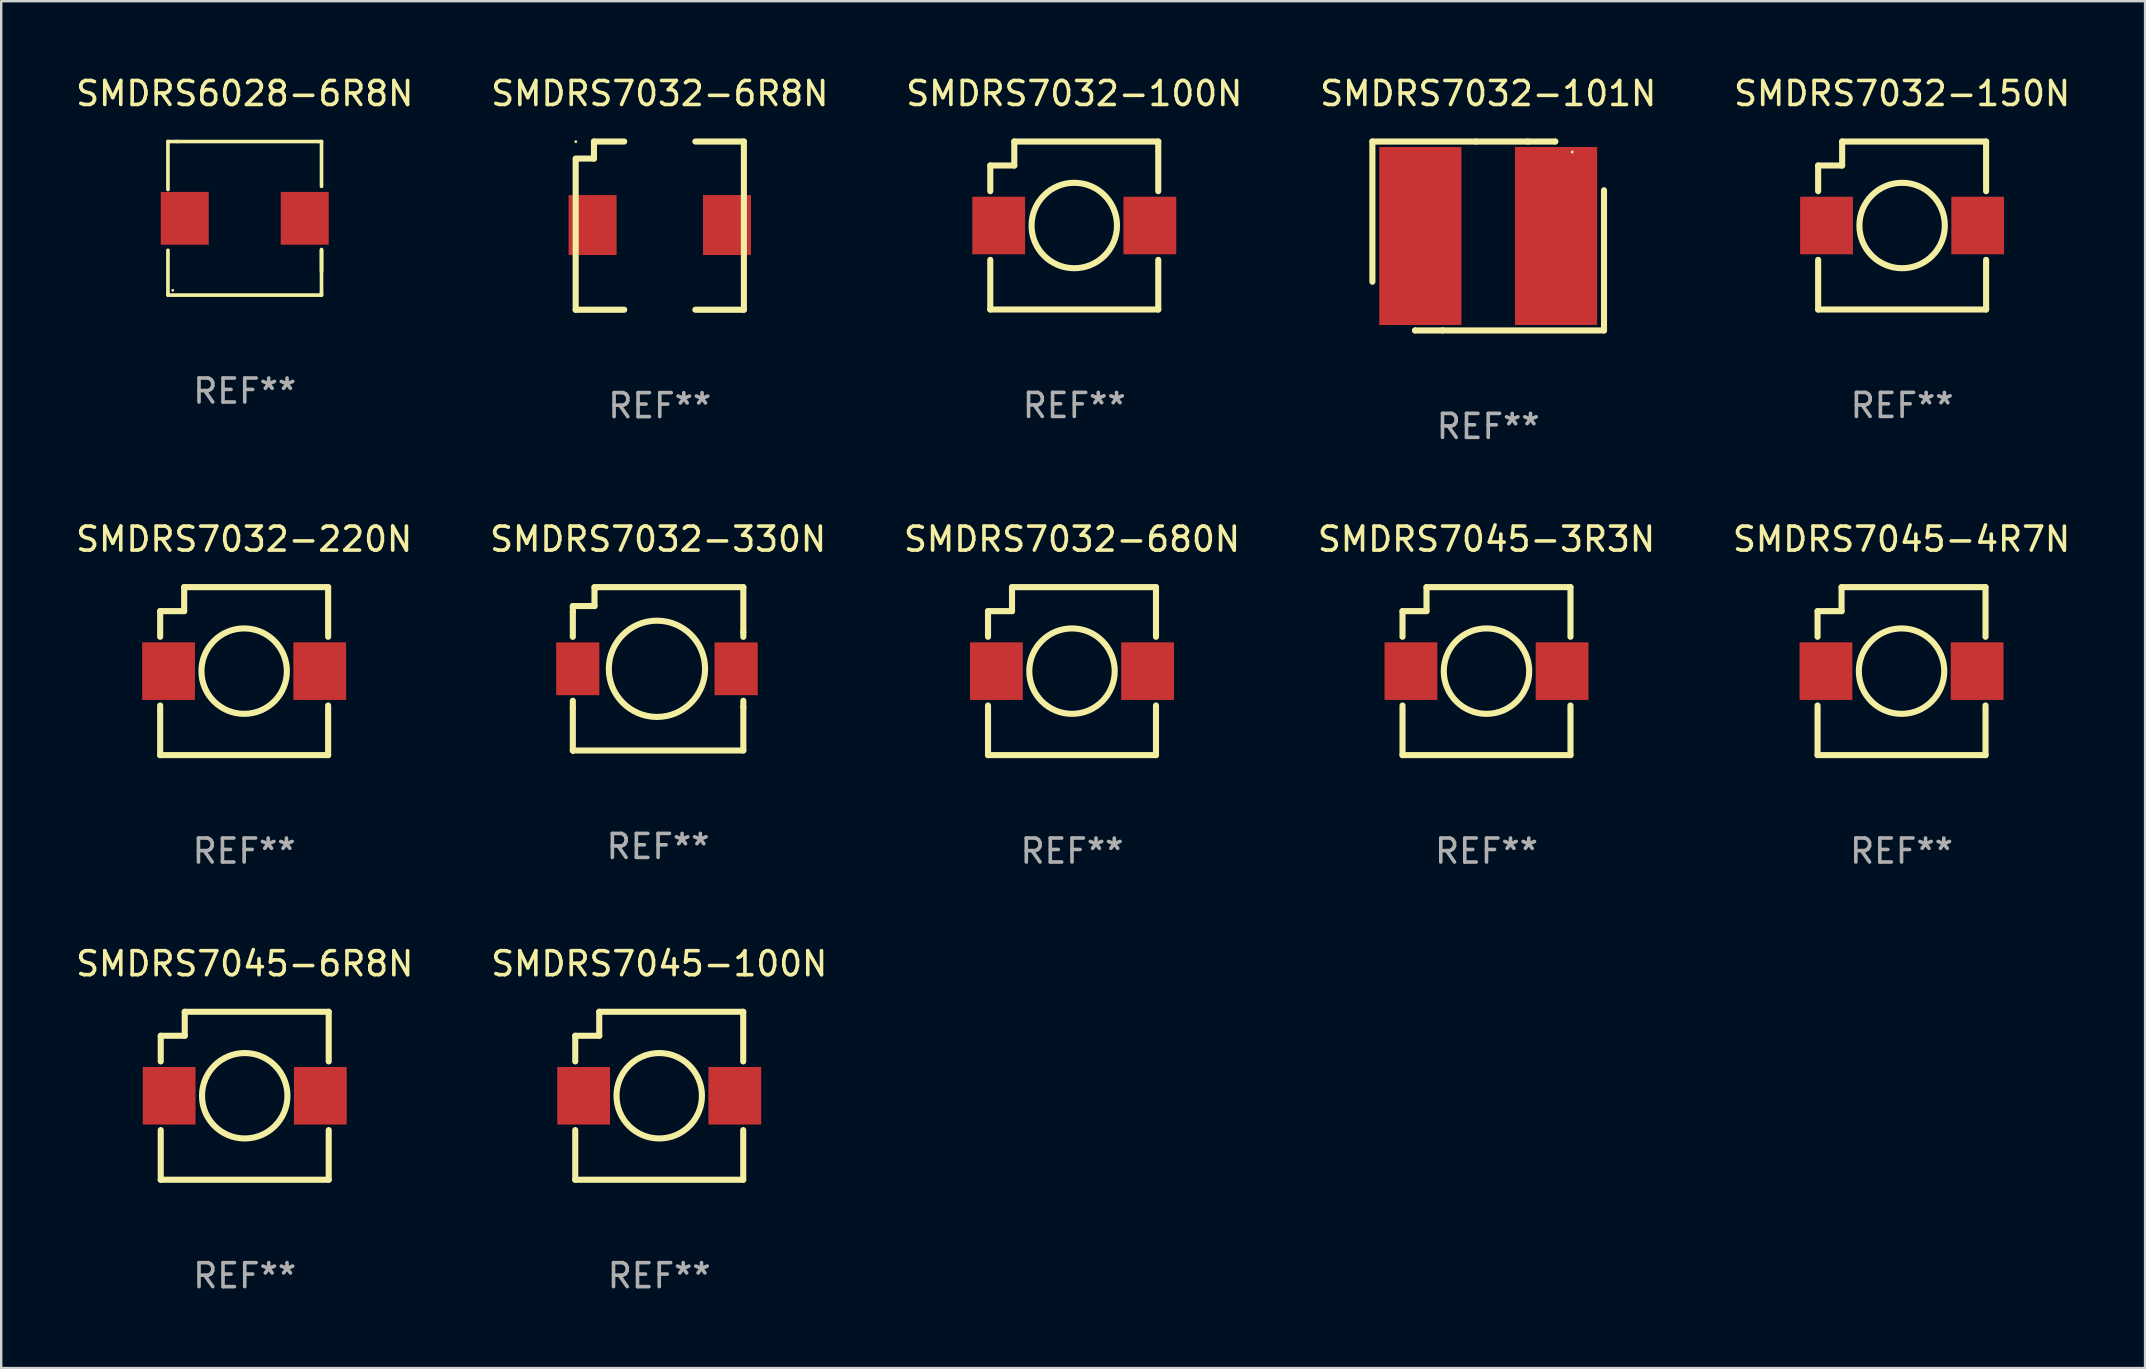
<source format=kicad_pcb>
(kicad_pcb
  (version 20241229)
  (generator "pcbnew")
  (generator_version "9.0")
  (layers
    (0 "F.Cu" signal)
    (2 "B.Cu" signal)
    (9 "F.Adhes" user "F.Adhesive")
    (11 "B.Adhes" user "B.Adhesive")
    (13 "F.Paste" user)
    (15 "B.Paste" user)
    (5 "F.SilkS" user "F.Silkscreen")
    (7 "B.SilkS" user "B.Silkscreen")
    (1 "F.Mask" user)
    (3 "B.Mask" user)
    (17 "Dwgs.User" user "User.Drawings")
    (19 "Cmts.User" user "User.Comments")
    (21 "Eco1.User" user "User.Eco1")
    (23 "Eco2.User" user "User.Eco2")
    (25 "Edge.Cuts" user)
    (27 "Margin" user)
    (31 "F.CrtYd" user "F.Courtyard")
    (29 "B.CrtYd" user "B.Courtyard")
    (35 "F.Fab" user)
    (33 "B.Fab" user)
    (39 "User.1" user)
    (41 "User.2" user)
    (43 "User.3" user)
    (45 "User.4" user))
  (footprint "SMDRS7032-150N"
    (layer "F.Cu")
    (at 76.22 6.348)
    (property "Reference" "SMDRS7032-150N" (at 0 -5.5 0) (layer "F.SilkS") (effects (font (size 1 1) (thickness 0.15))))
    (attr through_hole)
    (fp_line (start -3.5 -2.5) (end -3.5 -1.431) (stroke (width 0.254) (type solid)) (layer "F.SilkS"))
    (fp_line (start -3.5 1.431) (end -3.5 3.5) (stroke (width 0.254) (type solid)) (layer "F.SilkS"))
    (fp_line (start -3.5 3.5) (end 3.5 3.5) (stroke (width 0.254) (type solid)) (layer "F.SilkS"))
    (fp_line (start -2.5 -3.5) (end -2.5 -2.5) (stroke (width 0.254) (type solid)) (layer "F.SilkS"))
    (fp_line (start -2.5 -2.5) (end -3.5 -2.5) (stroke (width 0.254) (type solid)) (layer "F.SilkS"))
    (fp_line (start 3.5 -3.5) (end -2.5 -3.5) (stroke (width 0.254) (type solid)) (layer "F.SilkS"))
    (fp_line (start 3.5 -1.431) (end 3.5 -3.5) (stroke (width 0.254) (type solid)) (layer "F.SilkS"))
    (fp_line (start 3.5 3.5) (end 3.5 1.431) (stroke (width 0.254) (type solid)) (layer "F.SilkS"))
    (fp_circle (center -3.5 3.5) (end -3.47 3.5) (stroke (width 0.06) (type solid)) (fill no) (layer "F.SilkS"))
    (fp_circle (center -0.000127 0) (end 1.78 0) (stroke (width 0.254) (type solid)) (fill no) (layer "F.SilkS"))
    (fp_text user "REF**" (at 0 7.5 0) (layer "F.Fab") (effects (font (size 1 1) (thickness 0.15))))
    (pad "1" smd rect (at -3.15 0) (size 2.2 2.4) (layers "F.Cu" "F.Mask" "F.Paste"))
    (pad "2" smd rect (at 3.15 0) (size 2.2 2.4) (layers "F.Cu" "F.Mask" "F.Paste")))
  (footprint "SMDRS7045-4R7N"
    (layer "F.Cu")
    (at 76.196 24.919)
    (property "Reference" "SMDRS7045-4R7N" (at 0 -5.5 0) (layer "F.SilkS") (effects (font (size 1 1) (thickness 0.15))))
    (attr through_hole)
    (fp_line (start -3.5 -2.5) (end -3.5 -1.431) (stroke (width 0.254) (type solid)) (layer "F.SilkS"))
    (fp_line (start -3.5 1.431) (end -3.5 3.5) (stroke (width 0.254) (type solid)) (layer "F.SilkS"))
    (fp_line (start -3.5 3.5) (end 3.5 3.5) (stroke (width 0.254) (type solid)) (layer "F.SilkS"))
    (fp_line (start -2.5 -3.5) (end -2.5 -2.5) (stroke (width 0.254) (type solid)) (layer "F.SilkS"))
    (fp_line (start -2.5 -2.5) (end -3.5 -2.5) (stroke (width 0.254) (type solid)) (layer "F.SilkS"))
    (fp_line (start 3.5 -3.5) (end -2.5 -3.5) (stroke (width 0.254) (type solid)) (layer "F.SilkS"))
    (fp_line (start 3.5 -1.431) (end 3.5 -3.5) (stroke (width 0.254) (type solid)) (layer "F.SilkS"))
    (fp_line (start 3.5 3.5) (end 3.5 1.431) (stroke (width 0.254) (type solid)) (layer "F.SilkS"))
    (fp_circle (center -3.5 3.5) (end -3.47 3.5) (stroke (width 0.06) (type solid)) (fill no) (layer "F.SilkS"))
    (fp_circle (center -0.000127 0) (end 1.78 0) (stroke (width 0.254) (type solid)) (fill no) (layer "F.SilkS"))
    (fp_text user "REF**" (at 0 7.5 0) (layer "F.Fab") (effects (font (size 1 1) (thickness 0.15))))
    (pad "1" smd rect (at -3.15 0) (size 2.2 2.4) (layers "F.Cu" "F.Mask" "F.Paste"))
    (pad "2" smd rect (at 3.15 0) (size 2.2 2.4) (layers "F.Cu" "F.Mask" "F.Paste")))
  (footprint "SMDRS7032-100N"
    (layer "F.Cu")
    (at 41.72 6.348)
    (property "Reference" "SMDRS7032-100N" (at 0 -5.5 0) (layer "F.SilkS") (effects (font (size 1 1) (thickness 0.15))))
    (attr through_hole)
    (fp_line (start -3.5 -2.5) (end -3.5 -1.431) (stroke (width 0.254) (type solid)) (layer "F.SilkS"))
    (fp_line (start -3.5 1.431) (end -3.5 3.5) (stroke (width 0.254) (type solid)) (layer "F.SilkS"))
    (fp_line (start -3.5 3.5) (end 3.5 3.5) (stroke (width 0.254) (type solid)) (layer "F.SilkS"))
    (fp_line (start -2.5 -3.5) (end -2.5 -2.5) (stroke (width 0.254) (type solid)) (layer "F.SilkS"))
    (fp_line (start -2.5 -2.5) (end -3.5 -2.5) (stroke (width 0.254) (type solid)) (layer "F.SilkS"))
    (fp_line (start 3.5 -3.5) (end -2.5 -3.5) (stroke (width 0.254) (type solid)) (layer "F.SilkS"))
    (fp_line (start 3.5 -1.431) (end 3.5 -3.5) (stroke (width 0.254) (type solid)) (layer "F.SilkS"))
    (fp_line (start 3.5 3.5) (end 3.5 1.431) (stroke (width 0.254) (type solid)) (layer "F.SilkS"))
    (fp_circle (center -3.5 3.5) (end -3.47 3.5) (stroke (width 0.06) (type solid)) (fill no) (layer "F.SilkS"))
    (fp_circle (center -0.000127 0) (end 1.78 0) (stroke (width 0.254) (type solid)) (fill no) (layer "F.SilkS"))
    (fp_text user "REF**" (at 0 7.5 0) (layer "F.Fab") (effects (font (size 1 1) (thickness 0.15))))
    (pad "1" smd rect (at -3.15 0) (size 2.2 2.4) (layers "F.Cu" "F.Mask" "F.Paste"))
    (pad "2" smd rect (at 3.15 0) (size 2.2 2.4) (layers "F.Cu" "F.Mask" "F.Paste")))
  (footprint "SMDRS7045-3R3N"
    (layer "F.Cu")
    (at 58.899 24.919)
    (property "Reference" "SMDRS7045-3R3N" (at 0 -5.5 0) (layer "F.SilkS") (effects (font (size 1 1) (thickness 0.15))))
    (attr through_hole)
    (fp_line (start -3.5 -2.5) (end -3.5 -1.431) (stroke (width 0.254) (type solid)) (layer "F.SilkS"))
    (fp_line (start -3.5 1.431) (end -3.5 3.5) (stroke (width 0.254) (type solid)) (layer "F.SilkS"))
    (fp_line (start -3.5 3.5) (end 3.5 3.5) (stroke (width 0.254) (type solid)) (layer "F.SilkS"))
    (fp_line (start -2.5 -3.5) (end -2.5 -2.5) (stroke (width 0.254) (type solid)) (layer "F.SilkS"))
    (fp_line (start -2.5 -2.5) (end -3.5 -2.5) (stroke (width 0.254) (type solid)) (layer "F.SilkS"))
    (fp_line (start 3.5 -3.5) (end -2.5 -3.5) (stroke (width 0.254) (type solid)) (layer "F.SilkS"))
    (fp_line (start 3.5 -1.431) (end 3.5 -3.5) (stroke (width 0.254) (type solid)) (layer "F.SilkS"))
    (fp_line (start 3.5 3.5) (end 3.5 1.431) (stroke (width 0.254) (type solid)) (layer "F.SilkS"))
    (fp_circle (center -3.5 3.5) (end -3.47 3.5) (stroke (width 0.06) (type solid)) (fill no) (layer "F.SilkS"))
    (fp_circle (center -0.000127 0) (end 1.78 0) (stroke (width 0.254) (type solid)) (fill no) (layer "F.SilkS"))
    (fp_text user "REF**" (at 0 7.5 0) (layer "F.Fab") (effects (font (size 1 1) (thickness 0.15))))
    (pad "1" smd rect (at -3.15 0) (size 2.2 2.4) (layers "F.Cu" "F.Mask" "F.Paste"))
    (pad "2" smd rect (at 3.15 0) (size 2.2 2.4) (layers "F.Cu" "F.Mask" "F.Paste")))
  (footprint "SMDRS7045-100N"
    (layer "F.Cu")
    (at 24.423 42.615)
    (property "Reference" "SMDRS7045-100N" (at 0 -5.5 0) (layer "F.SilkS") (effects (font (size 1 1) (thickness 0.15))))
    (attr through_hole)
    (fp_line (start -3.5 -2.5) (end -3.5 -1.431) (stroke (width 0.254) (type solid)) (layer "F.SilkS"))
    (fp_line (start -3.5 1.431) (end -3.5 3.5) (stroke (width 0.254) (type solid)) (layer "F.SilkS"))
    (fp_line (start -3.5 3.5) (end 3.5 3.5) (stroke (width 0.254) (type solid)) (layer "F.SilkS"))
    (fp_line (start -2.5 -3.5) (end -2.5 -2.5) (stroke (width 0.254) (type solid)) (layer "F.SilkS"))
    (fp_line (start -2.5 -2.5) (end -3.5 -2.5) (stroke (width 0.254) (type solid)) (layer "F.SilkS"))
    (fp_line (start 3.5 -3.5) (end -2.5 -3.5) (stroke (width 0.254) (type solid)) (layer "F.SilkS"))
    (fp_line (start 3.5 -1.431) (end 3.5 -3.5) (stroke (width 0.254) (type solid)) (layer "F.SilkS"))
    (fp_line (start 3.5 3.5) (end 3.5 1.431) (stroke (width 0.254) (type solid)) (layer "F.SilkS"))
    (fp_circle (center -3.5 3.5) (end -3.47 3.5) (stroke (width 0.06) (type solid)) (fill no) (layer "F.SilkS"))
    (fp_circle (center -0.000127 0) (end 1.78 0) (stroke (width 0.254) (type solid)) (fill no) (layer "F.SilkS"))
    (fp_text user "REF**" (at 0 7.5 0) (layer "F.Fab") (effects (font (size 1 1) (thickness 0.15))))
    (pad "1" smd rect (at -3.15 0) (size 2.2 2.4) (layers "F.Cu" "F.Mask" "F.Paste"))
    (pad "2" smd rect (at 3.15 0) (size 2.2 2.4) (layers "F.Cu" "F.Mask" "F.Paste")))
  (footprint "SMDRS7032-680N"
    (layer "F.Cu")
    (at 41.625 24.919)
    (property "Reference" "SMDRS7032-680N" (at 0 -5.5 0) (layer "F.SilkS") (effects (font (size 1 1) (thickness 0.15))))
    (attr through_hole)
    (fp_line (start -3.5 -2.5) (end -3.5 -1.431) (stroke (width 0.254) (type solid)) (layer "F.SilkS"))
    (fp_line (start -3.5 1.431) (end -3.5 3.5) (stroke (width 0.254) (type solid)) (layer "F.SilkS"))
    (fp_line (start -3.5 3.5) (end 3.5 3.5) (stroke (width 0.254) (type solid)) (layer "F.SilkS"))
    (fp_line (start -2.5 -3.5) (end -2.5 -2.5) (stroke (width 0.254) (type solid)) (layer "F.SilkS"))
    (fp_line (start -2.5 -2.5) (end -3.5 -2.5) (stroke (width 0.254) (type solid)) (layer "F.SilkS"))
    (fp_line (start 3.5 -3.5) (end -2.5 -3.5) (stroke (width 0.254) (type solid)) (layer "F.SilkS"))
    (fp_line (start 3.5 -1.431) (end 3.5 -3.5) (stroke (width 0.254) (type solid)) (layer "F.SilkS"))
    (fp_line (start 3.5 3.5) (end 3.5 1.431) (stroke (width 0.254) (type solid)) (layer "F.SilkS"))
    (fp_circle (center -3.5 3.5) (end -3.47 3.5) (stroke (width 0.06) (type solid)) (fill no) (layer "F.SilkS"))
    (fp_circle (center -0.000127 0) (end 1.78 0) (stroke (width 0.254) (type solid)) (fill no) (layer "F.SilkS"))
    (fp_text user "REF**" (at 0 7.5 0) (layer "F.Fab") (effects (font (size 1 1) (thickness 0.15))))
    (pad "1" smd rect (at -3.15 0) (size 2.2 2.4) (layers "F.Cu" "F.Mask" "F.Paste"))
    (pad "2" smd rect (at 3.15 0) (size 2.2 2.4) (layers "F.Cu" "F.Mask" "F.Paste")))
  (footprint "SMDRS7032-330N"
    (layer "F.Cu")
    (at 24.375 24.822)
    (property "Reference" "SMDRS7032-330N" (at 0 -5.404 0) (layer "F.SilkS") (effects (font (size 1 1) (thickness 0.15))))
    (attr through_hole)
    (fp_line (start -3.553 -2.362) (end -3.553 -2.6) (stroke (width 0.254) (type solid)) (layer "F.SilkS"))
    (fp_line (start -3.553 -2.362) (end -3.553 -1.331) (stroke (width 0.254) (type solid)) (layer "F.SilkS"))
    (fp_line (start -3.553 1.331) (end -3.553 1.651) (stroke (width 0.254) (type solid)) (layer "F.SilkS"))
    (fp_line (start -3.553 3.404) (end -3.553 1.651) (stroke (width 0.254) (type solid)) (layer "F.SilkS"))
    (fp_line (start -2.65 -3.4) (end -2.511 -3.4) (stroke (width 0.254) (type solid)) (layer "F.SilkS"))
    (fp_line (start -2.65 -2.616) (end -3.553 -2.616) (stroke (width 0.254) (type solid)) (layer "F.SilkS"))
    (fp_line (start -2.65 -2.616) (end -2.65 -3.4) (stroke (width 0.254) (type solid)) (layer "F.SilkS"))
    (fp_line (start -2.511 -3.404) (end 3.553 -3.404) (stroke (width 0.254) (type solid)) (layer "F.SilkS"))
    (fp_line (start 3.553 -3.4) (end 3.553 -1.524) (stroke (width 0.254) (type solid)) (layer "F.SilkS"))
    (fp_line (start 3.553 -1.331) (end 3.553 -1.524) (stroke (width 0.254) (type solid)) (layer "F.SilkS"))
    (fp_line (start 3.553 1.6) (end 3.553 1.331) (stroke (width 0.254) (type solid)) (layer "F.SilkS"))
    (fp_line (start 3.553 1.6) (end 3.553 3.404) (stroke (width 0.254) (type solid)) (layer "F.SilkS"))
    (fp_line (start 3.553 3.404) (end -3.553 3.404) (stroke (width 0.254) (type solid)) (layer "F.SilkS"))
    (fp_circle (center -3.547 3.5) (end -3.517 3.5) (stroke (width 0.06) (type solid)) (fill no) (layer "F.SilkS"))
    (fp_circle (center -0.047 0) (end 1.959 0) (stroke (width 0.254) (type solid)) (fill no) (layer "F.SilkS"))
    (fp_text user "REF**" (at 0 7.404 0) (layer "F.Fab") (effects (font (size 1 1) (thickness 0.15))))
    (pad "1" smd rect (at -3.347 0) (size 1.8 2.2) (layers "F.Cu" "F.Mask" "F.Paste"))
    (pad "2" smd rect (at 3.253 0) (size 1.8 2.2) (layers "F.Cu" "F.Mask" "F.Paste")))
  (footprint "SMDRS6028-6R8N"
    (layer "F.Cu")
    (at 7.149 6.048)
    (property "Reference" "SMDRS6028-6R8N" (at 0 -5.2 0) (layer "F.SilkS") (effects (font (size 1 1) (thickness 0.15))))
    (attr through_hole)
    (fp_line (start -3.2 -1.2) (end -3.2 -3.2) (stroke (width 0.152) (type solid)) (layer "F.SilkS"))
    (fp_line (start -3.2 3.2) (end -3.2 1.331) (stroke (width 0.152) (type solid)) (layer "F.SilkS"))
    (fp_line (start -2.8 -3.2) (end -3.2 -3.2) (stroke (width 0.152) (type solid)) (layer "F.SilkS"))
    (fp_line (start -2.8 -3.2) (end 3.2 -3.2) (stroke (width 0.152) (type solid)) (layer "F.SilkS"))
    (fp_line (start 3.2 -3.2) (end 3.2 -1.331) (stroke (width 0.152) (type solid)) (layer "F.SilkS"))
    (fp_line (start 3.2 1.3) (end 3.2 3.1) (stroke (width 0.152) (type solid)) (layer "F.SilkS"))
    (fp_line (start 3.2 1.331) (end 3.2 2.2) (stroke (width 0.152) (type solid)) (layer "F.SilkS"))
    (fp_line (start 3.2 3.1) (end 3.2 3.2) (stroke (width 0.152) (type solid)) (layer "F.SilkS"))
    (fp_line (start 3.2 3.2) (end -3.2 3.2) (stroke (width 0.152) (type solid)) (layer "F.SilkS"))
    (fp_circle (center -3 3) (end -2.97 3) (stroke (width 0.06) (type solid)) (fill no) (layer "F.SilkS"))
    (fp_text user "REF**" (at 0 7.2 0) (layer "F.Fab") (effects (font (size 1 1) (thickness 0.15))))
    (pad "1" smd rect (at -2.5 -0.000025 180) (size 2 2.2) (layers "F.Cu" "F.Mask" "F.Paste"))
    (pad "2" smd rect (at 2.5 -0.000025 180) (size 2 2.2) (layers "F.Cu" "F.Mask" "F.Paste")))
  (footprint "SMDRS7032-101N"
    (layer "F.Cu")
    (at 58.97 6.785)
    (property "Reference" "SMDRS7032-101N" (at 0 -5.937 0) (layer "F.SilkS") (effects (font (size 1 1) (thickness 0.15))))
    (attr through_hole)
    (fp_line (start -4.826 -3.937) (end -0.508 -3.937) (stroke (width 0.254) (type solid)) (layer "F.SilkS"))
    (fp_line (start -4.826 1.905) (end -4.826 -3.937) (stroke (width 0.254) (type solid)) (layer "F.SilkS"))
    (fp_line (start -3.048 3.937) (end -3.048 3.937) (stroke (width 0.254) (type solid)) (layer "F.SilkS"))
    (fp_line (start -1.905 3.937) (end -3.048 3.937) (stroke (width 0.254) (type solid)) (layer "F.SilkS"))
    (fp_line (start -0.508 -3.937) (end 1.651 -3.937) (stroke (width 0.254) (type solid)) (layer "F.SilkS"))
    (fp_line (start 1.651 -3.937) (end 2.794 -3.937) (stroke (width 0.254) (type solid)) (layer "F.SilkS"))
    (fp_line (start 2.794 -3.937) (end 2.794 -3.937) (stroke (width 0.254) (type solid)) (layer "F.SilkS"))
    (fp_line (start 4.826 -1.905) (end 4.826 3.937) (stroke (width 0.254) (type solid)) (layer "F.SilkS"))
    (fp_line (start 4.826 3.937) (end -1.905 3.937) (stroke (width 0.254) (type solid)) (layer "F.SilkS"))
    (fp_circle (center 3.5 -3.5) (end 3.53 -3.5) (stroke (width 0.06) (type solid)) (fill no) (layer "F.SilkS"))
    (fp_text user "REF**" (at 0 7.937 0) (layer "F.Fab") (effects (font (size 1 1) (thickness 0.15))))
    (pad "1" smd rect (at 2.828 0) (size 3.424 7.42) (layers "F.Cu" "F.Mask" "F.Paste"))
    (pad "2" smd rect (at -2.828 0) (size 3.424 7.42) (layers "F.Cu" "F.Mask" "F.Paste")))
  (footprint "SMDRS7032-220N"
    (layer "F.Cu")
    (at 7.125 24.919)
    (property "Reference" "SMDRS7032-220N" (at 0 -5.5 0) (layer "F.SilkS") (effects (font (size 1 1) (thickness 0.15))))
    (attr through_hole)
    (fp_line (start -3.5 -2.5) (end -3.5 -1.431) (stroke (width 0.254) (type solid)) (layer "F.SilkS"))
    (fp_line (start -3.5 1.431) (end -3.5 3.5) (stroke (width 0.254) (type solid)) (layer "F.SilkS"))
    (fp_line (start -3.5 3.5) (end 3.5 3.5) (stroke (width 0.254) (type solid)) (layer "F.SilkS"))
    (fp_line (start -2.5 -3.5) (end -2.5 -2.5) (stroke (width 0.254) (type solid)) (layer "F.SilkS"))
    (fp_line (start -2.5 -2.5) (end -3.5 -2.5) (stroke (width 0.254) (type solid)) (layer "F.SilkS"))
    (fp_line (start 3.5 -3.5) (end -2.5 -3.5) (stroke (width 0.254) (type solid)) (layer "F.SilkS"))
    (fp_line (start 3.5 -1.431) (end 3.5 -3.5) (stroke (width 0.254) (type solid)) (layer "F.SilkS"))
    (fp_line (start 3.5 3.5) (end 3.5 1.431) (stroke (width 0.254) (type solid)) (layer "F.SilkS"))
    (fp_circle (center -3.5 3.5) (end -3.47 3.5) (stroke (width 0.06) (type solid)) (fill no) (layer "F.SilkS"))
    (fp_circle (center -0.000127 0) (end 1.78 0) (stroke (width 0.254) (type solid)) (fill no) (layer "F.SilkS"))
    (fp_text user "REF**" (at 0 7.5 0) (layer "F.Fab") (effects (font (size 1 1) (thickness 0.15))))
    (pad "1" smd rect (at -3.15 0) (size 2.2 2.4) (layers "F.Cu" "F.Mask" "F.Paste"))
    (pad "2" smd rect (at 3.15 0) (size 2.2 2.4) (layers "F.Cu" "F.Mask" "F.Paste")))
  (footprint "SMDRS7032-6R8N"
    (layer "F.Cu")
    (at 24.446 6.353)
    (property "Reference" "SMDRS7032-6R8N" (at 0 -5.505 0) (layer "F.SilkS") (effects (font (size 1 1) (thickness 0.15))))
    (attr through_hole)
    (fp_line (start -3.505 -2.743) (end -3.505 3.505) (stroke (width 0.254) (type solid)) (layer "F.SilkS"))
    (fp_line (start -2.743 -3.505) (end -2.743 -2.794) (stroke (width 0.254) (type solid)) (layer "F.SilkS"))
    (fp_line (start -2.743 -2.794) (end -3.505 -2.794) (stroke (width 0.254) (type solid)) (layer "F.SilkS"))
    (fp_line (start -1.481 -3.505) (end -2.743 -3.505) (stroke (width 0.254) (type solid)) (layer "F.SilkS"))
    (fp_line (start -1.481 3.505) (end -3.505 3.505) (stroke (width 0.254) (type solid)) (layer "F.SilkS"))
    (fp_line (start 3.505 -3.505) (end 1.481 -3.505) (stroke (width 0.254) (type solid)) (layer "F.SilkS"))
    (fp_line (start 3.505 -3.505) (end 3.505 3.505) (stroke (width 0.254) (type solid)) (layer "F.SilkS"))
    (fp_line (start 3.505 3.505) (end 1.481 3.505) (stroke (width 0.254) (type solid)) (layer "F.SilkS"))
    (fp_circle (center -3.5 -3.499) (end -3.47 -3.499) (stroke (width 0.06) (type solid)) (fill no) (layer "F.SilkS"))
    (fp_text user "REF**" (at 0 7.505 0) (layer "F.Fab") (effects (font (size 1 1) (thickness 0.15))))
    (pad "1" smd rect (at -2.8 -0.025 90) (size 2.5 2) (layers "F.Cu" "F.Mask" "F.Paste"))
    (pad "2" smd rect (at 2.8 -0.025 90) (size 2.5 2) (layers "F.Cu" "F.Mask" "F.Paste")))
  (footprint "SMDRS7045-6R8N"
    (layer "F.Cu")
    (at 7.149 42.615)
    (property "Reference" "SMDRS7045-6R8N" (at 0 -5.5 0) (layer "F.SilkS") (effects (font (size 1 1) (thickness 0.15))))
    (attr through_hole)
    (fp_line (start -3.5 -2.5) (end -3.5 -1.431) (stroke (width 0.254) (type solid)) (layer "F.SilkS"))
    (fp_line (start -3.5 1.431) (end -3.5 3.5) (stroke (width 0.254) (type solid)) (layer "F.SilkS"))
    (fp_line (start -3.5 3.5) (end 3.5 3.5) (stroke (width 0.254) (type solid)) (layer "F.SilkS"))
    (fp_line (start -2.5 -3.5) (end -2.5 -2.5) (stroke (width 0.254) (type solid)) (layer "F.SilkS"))
    (fp_line (start -2.5 -2.5) (end -3.5 -2.5) (stroke (width 0.254) (type solid)) (layer "F.SilkS"))
    (fp_line (start 3.5 -3.5) (end -2.5 -3.5) (stroke (width 0.254) (type solid)) (layer "F.SilkS"))
    (fp_line (start 3.5 -1.431) (end 3.5 -3.5) (stroke (width 0.254) (type solid)) (layer "F.SilkS"))
    (fp_line (start 3.5 3.5) (end 3.5 1.431) (stroke (width 0.254) (type solid)) (layer "F.SilkS"))
    (fp_circle (center -3.5 3.5) (end -3.47 3.5) (stroke (width 0.06) (type solid)) (fill no) (layer "F.SilkS"))
    (fp_circle (center -0.000127 0) (end 1.78 0) (stroke (width 0.254) (type solid)) (fill no) (layer "F.SilkS"))
    (fp_text user "REF**" (at 0 7.5 0) (layer "F.Fab") (effects (font (size 1 1) (thickness 0.15))))
    (pad "1" smd rect (at -3.15 0) (size 2.2 2.4) (layers "F.Cu" "F.Mask" "F.Paste"))
    (pad "2" smd rect (at 3.15 0) (size 2.2 2.4) (layers "F.Cu" "F.Mask" "F.Paste")))
  (gr_rect
    (start -3 -3)
    (end 86.345 53.964)
    (stroke (width 0.1) (type default))
    (fill no)
    (layer "Edge.Cuts")))
</source>
